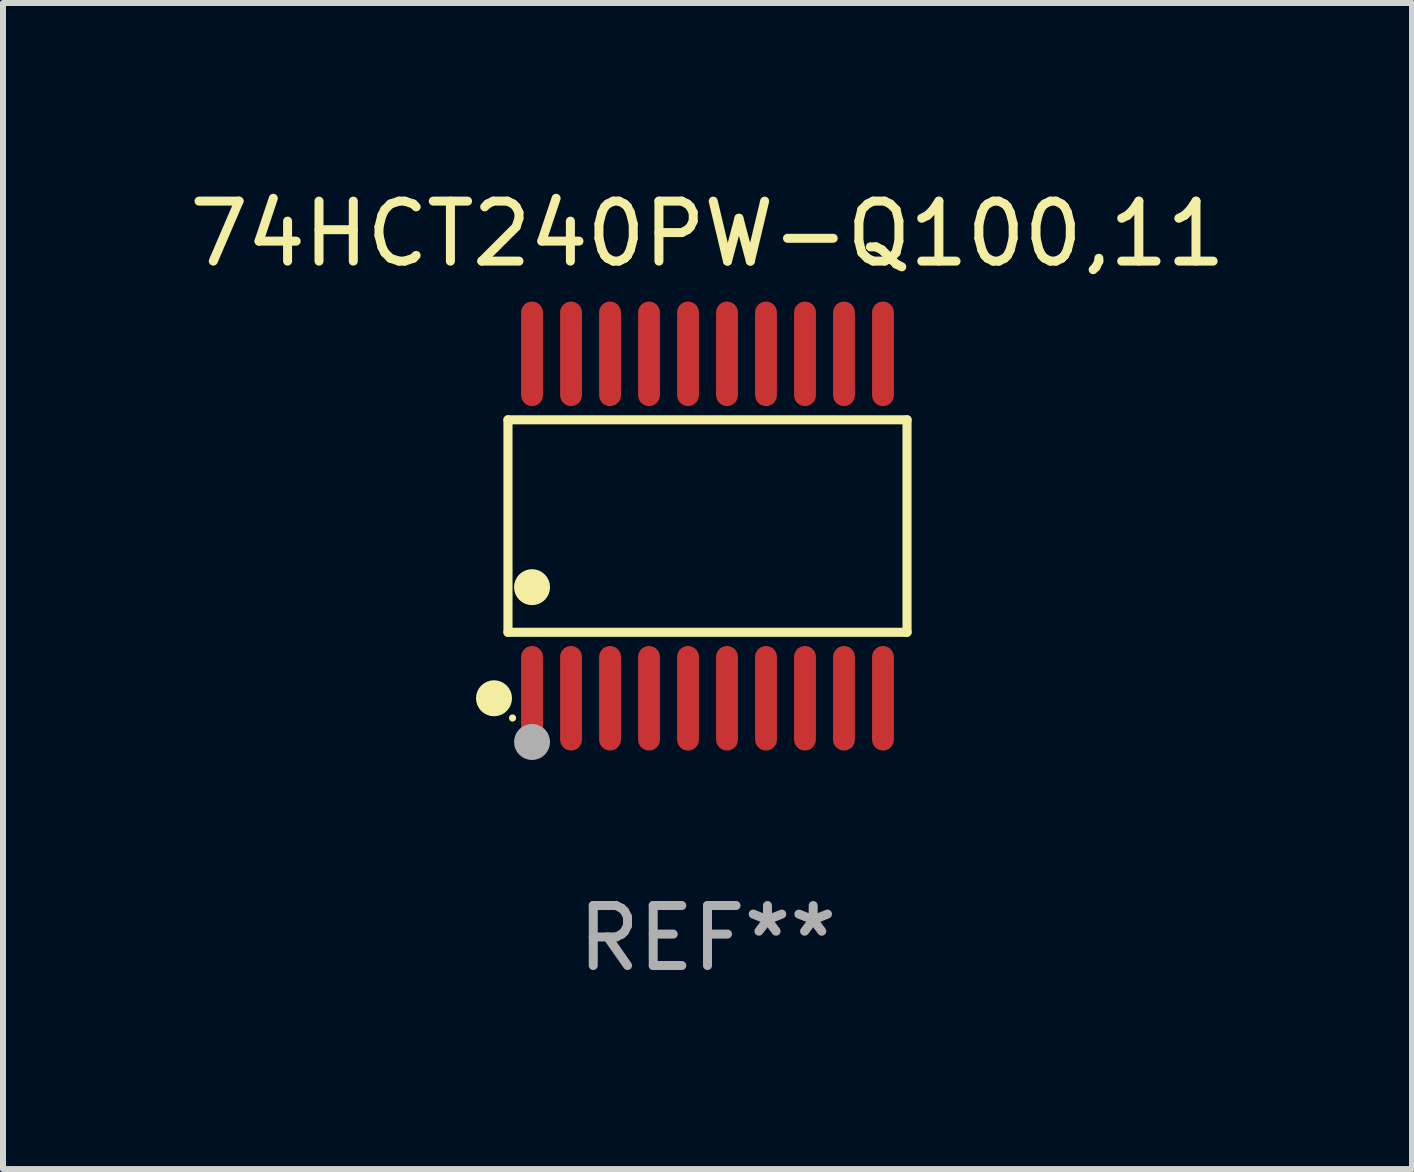
<source format=kicad_pcb>
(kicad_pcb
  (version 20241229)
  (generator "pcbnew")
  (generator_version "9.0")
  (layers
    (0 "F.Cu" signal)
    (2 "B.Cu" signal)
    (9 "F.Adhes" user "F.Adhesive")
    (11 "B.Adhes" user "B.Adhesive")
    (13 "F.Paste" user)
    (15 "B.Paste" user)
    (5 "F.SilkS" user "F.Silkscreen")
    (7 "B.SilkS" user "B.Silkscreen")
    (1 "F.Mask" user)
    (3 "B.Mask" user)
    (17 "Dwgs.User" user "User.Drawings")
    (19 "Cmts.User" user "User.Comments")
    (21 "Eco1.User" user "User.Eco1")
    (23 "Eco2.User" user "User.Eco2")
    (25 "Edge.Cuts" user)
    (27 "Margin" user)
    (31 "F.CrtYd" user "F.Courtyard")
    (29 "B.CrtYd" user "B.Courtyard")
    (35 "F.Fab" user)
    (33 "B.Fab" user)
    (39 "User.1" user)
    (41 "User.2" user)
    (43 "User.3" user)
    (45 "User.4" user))
  (footprint "74HCT240PW-Q100,11"
    (layer "F.Cu")
    (at 8.744 5.719)
    (property "Reference" "74HCT240PW-Q100,11" (at 0 -4.871 0) (layer "F.SilkS") (effects (font (size 1 1) (thickness 0.15))))
    (attr through_hole)
    (fp_line (start -3.326 -1.771) (end 3.326 -1.771) (stroke (width 0.152) (type solid)) (layer "F.SilkS"))
    (fp_line (start -3.326 1.771) (end -3.326 -1.771) (stroke (width 0.152) (type solid)) (layer "F.SilkS"))
    (fp_line (start 3.326 -1.771) (end 3.326 1.771) (stroke (width 0.152) (type solid)) (layer "F.SilkS"))
    (fp_line (start 3.326 1.771) (end -3.326 1.771) (stroke (width 0.152) (type solid)) (layer "F.SilkS"))
    (fp_circle (center -3.559 2.871) (end -3.409 2.871) (stroke (width 0.3) (type solid)) (fill no) (layer "F.SilkS"))
    (fp_circle (center -3.25 3.2) (end -3.22 3.2) (stroke (width 0.06) (type solid)) (fill no) (layer "F.SilkS"))
    (fp_circle (center -2.925 1.019) (end -2.775 1.019) (stroke (width 0.3) (type solid)) (fill no) (layer "F.SilkS"))
    (fp_circle (center -2.925 3.6) (end -2.775 3.6) (stroke (width 0.3) (type solid)) (fill no) (layer "F.Fab"))
    (fp_text user "REF**" (at 0 6.871 0) (layer "F.Fab") (effects (font (size 1 1) (thickness 0.15))))
    (pad "1" smd oval (at -2.925 2.871) (size 0.364 1.742) (layers "F.Cu" "F.Mask" "F.Paste"))
    (pad "2" smd oval (at -2.275 2.871) (size 0.364 1.742) (layers "F.Cu" "F.Mask" "F.Paste"))
    (pad "3" smd oval (at -1.625 2.871) (size 0.364 1.742) (layers "F.Cu" "F.Mask" "F.Paste"))
    (pad "4" smd oval (at -0.975 2.871) (size 0.364 1.742) (layers "F.Cu" "F.Mask" "F.Paste"))
    (pad "5" smd oval (at -0.325 2.871) (size 0.364 1.742) (layers "F.Cu" "F.Mask" "F.Paste"))
    (pad "6" smd oval (at 0.325 2.871) (size 0.364 1.742) (layers "F.Cu" "F.Mask" "F.Paste"))
    (pad "7" smd oval (at 0.975 2.871) (size 0.364 1.742) (layers "F.Cu" "F.Mask" "F.Paste"))
    (pad "8" smd oval (at 1.625 2.871) (size 0.364 1.742) (layers "F.Cu" "F.Mask" "F.Paste"))
    (pad "9" smd oval (at 2.275 2.871) (size 0.364 1.742) (layers "F.Cu" "F.Mask" "F.Paste"))
    (pad "10" smd oval (at 2.925 2.871) (size 0.364 1.742) (layers "F.Cu" "F.Mask" "F.Paste"))
    (pad "11" smd oval (at 2.925 -2.871) (size 0.364 1.742) (layers "F.Cu" "F.Mask" "F.Paste"))
    (pad "12" smd oval (at 2.275 -2.871) (size 0.364 1.742) (layers "F.Cu" "F.Mask" "F.Paste"))
    (pad "13" smd oval (at 1.625 -2.871) (size 0.364 1.742) (layers "F.Cu" "F.Mask" "F.Paste"))
    (pad "14" smd oval (at 0.975 -2.871) (size 0.364 1.742) (layers "F.Cu" "F.Mask" "F.Paste"))
    (pad "15" smd oval (at 0.325 -2.871) (size 0.364 1.742) (layers "F.Cu" "F.Mask" "F.Paste"))
    (pad "16" smd oval (at -0.325 -2.871) (size 0.364 1.742) (layers "F.Cu" "F.Mask" "F.Paste"))
    (pad "17" smd oval (at -0.975 -2.871) (size 0.364 1.742) (layers "F.Cu" "F.Mask" "F.Paste"))
    (pad "18" smd oval (at -1.625 -2.871) (size 0.364 1.742) (layers "F.Cu" "F.Mask" "F.Paste"))
    (pad "19" smd oval (at -2.275 -2.871) (size 0.364 1.742) (layers "F.Cu" "F.Mask" "F.Paste"))
    (pad "20" smd oval (at -2.925 -2.871) (size 0.364 1.742) (layers "F.Cu" "F.Mask" "F.Paste")))
  (gr_rect
    (start -3 -3)
    (end 20.488 16.438)
    (stroke (width 0.1) (type default))
    (fill no)
    (layer "Edge.Cuts")))
</source>
